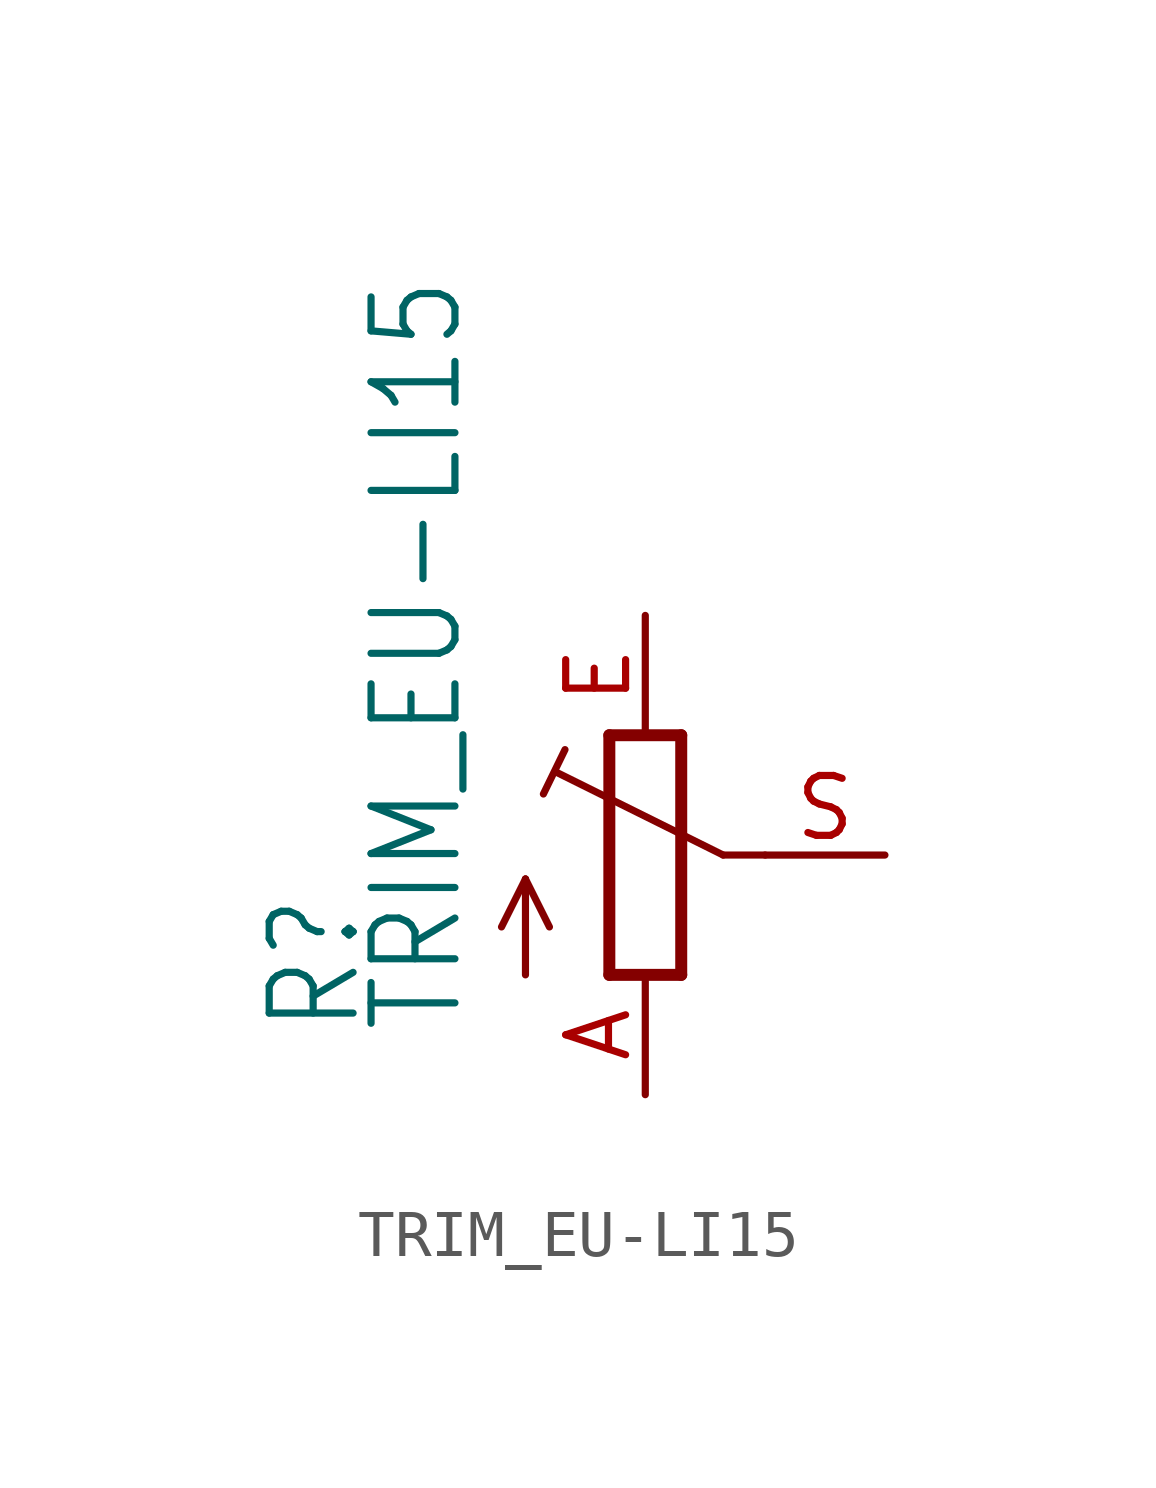
<source format=kicad_sym>
(kicad_symbol_lib
  (version 20211014)
  (generator kicad_symbol_editor)
  (symbol "TRIM_EU-LI15"
    (property "Reference" "R"
      (at -5.969 -3.81 90)
      (effects (font (size 1.778 1.511)) (justify left bottom)))
    (property "Value" "TRIM_EU-LI15"
      (at -3.81 -3.81 90)
      (effects (font (size 1.778 1.511)) (justify left bottom)))
    (property "ki_locked" ""
      (at 0 0 0)
      (effects (font (size 1.27 1.27))))
    (symbol "TRIM_EU-LI15_1_0"
      (polyline (pts (xy -2.54 -2.54) (xy -2.54 -0.508)) (stroke (width 0.152) (type default) (color 0 0 0 0)) (fill (type none)))
      (polyline (pts (xy -2.54 -0.508) (xy -3.048 -1.524)) (stroke (width 0.152) (type default) (color 0 0 0 0)) (fill (type none)))
      (polyline (pts (xy -2.54 -0.508) (xy -2.032 -1.524)) (stroke (width 0.152) (type default) (color 0 0 0 0)) (fill (type none)))
      (polyline (pts (xy -2.16 1.294) (xy -1.702 2.235)) (stroke (width 0.152) (type default) (color 0 0 0 0)) (fill (type none)))
      (polyline (pts (xy -0.762 -2.54) (xy 0.762 -2.54)) (stroke (width 0.254) (type default) (color 0 0 0 0)) (fill (type none)))
      (polyline (pts (xy -0.762 2.54) (xy -0.762 -2.54)) (stroke (width 0.254) (type default) (color 0 0 0 0)) (fill (type none)))
      (polyline (pts (xy 0.762 -2.54) (xy 0.762 2.54)) (stroke (width 0.254) (type default) (color 0 0 0 0)) (fill (type none)))
      (polyline (pts (xy 0.762 2.54) (xy -0.762 2.54)) (stroke (width 0.254) (type default) (color 0 0 0 0)) (fill (type none)))
      (polyline (pts (xy 1.651 0) (xy -1.88 1.753)) (stroke (width 0.152) (type default) (color 0 0 0 0)) (fill (type none)))
      (polyline (pts (xy 2.54 0) (xy 1.651 0)) (stroke (width 0.152) (type default) (color 0 0 0 0)) (fill (type none)))
      (pin passive line (at 0 -5.08 90) (length 2.54) (name "A" (effects (font (size 0 0)))) (number "A" (effects (font (size 1.27 1.27)))))
      (pin passive line (at 0 5.08 270) (length 2.54) (name "E" (effects (font (size 0 0)))) (number "E" (effects (font (size 1.27 1.27)))))
      (pin passive line (at 5.08 0 180) (length 2.54) (name "S" (effects (font (size 0 0)))) (number "S" (effects (font (size 1.27 1.27))))))))
</source>
